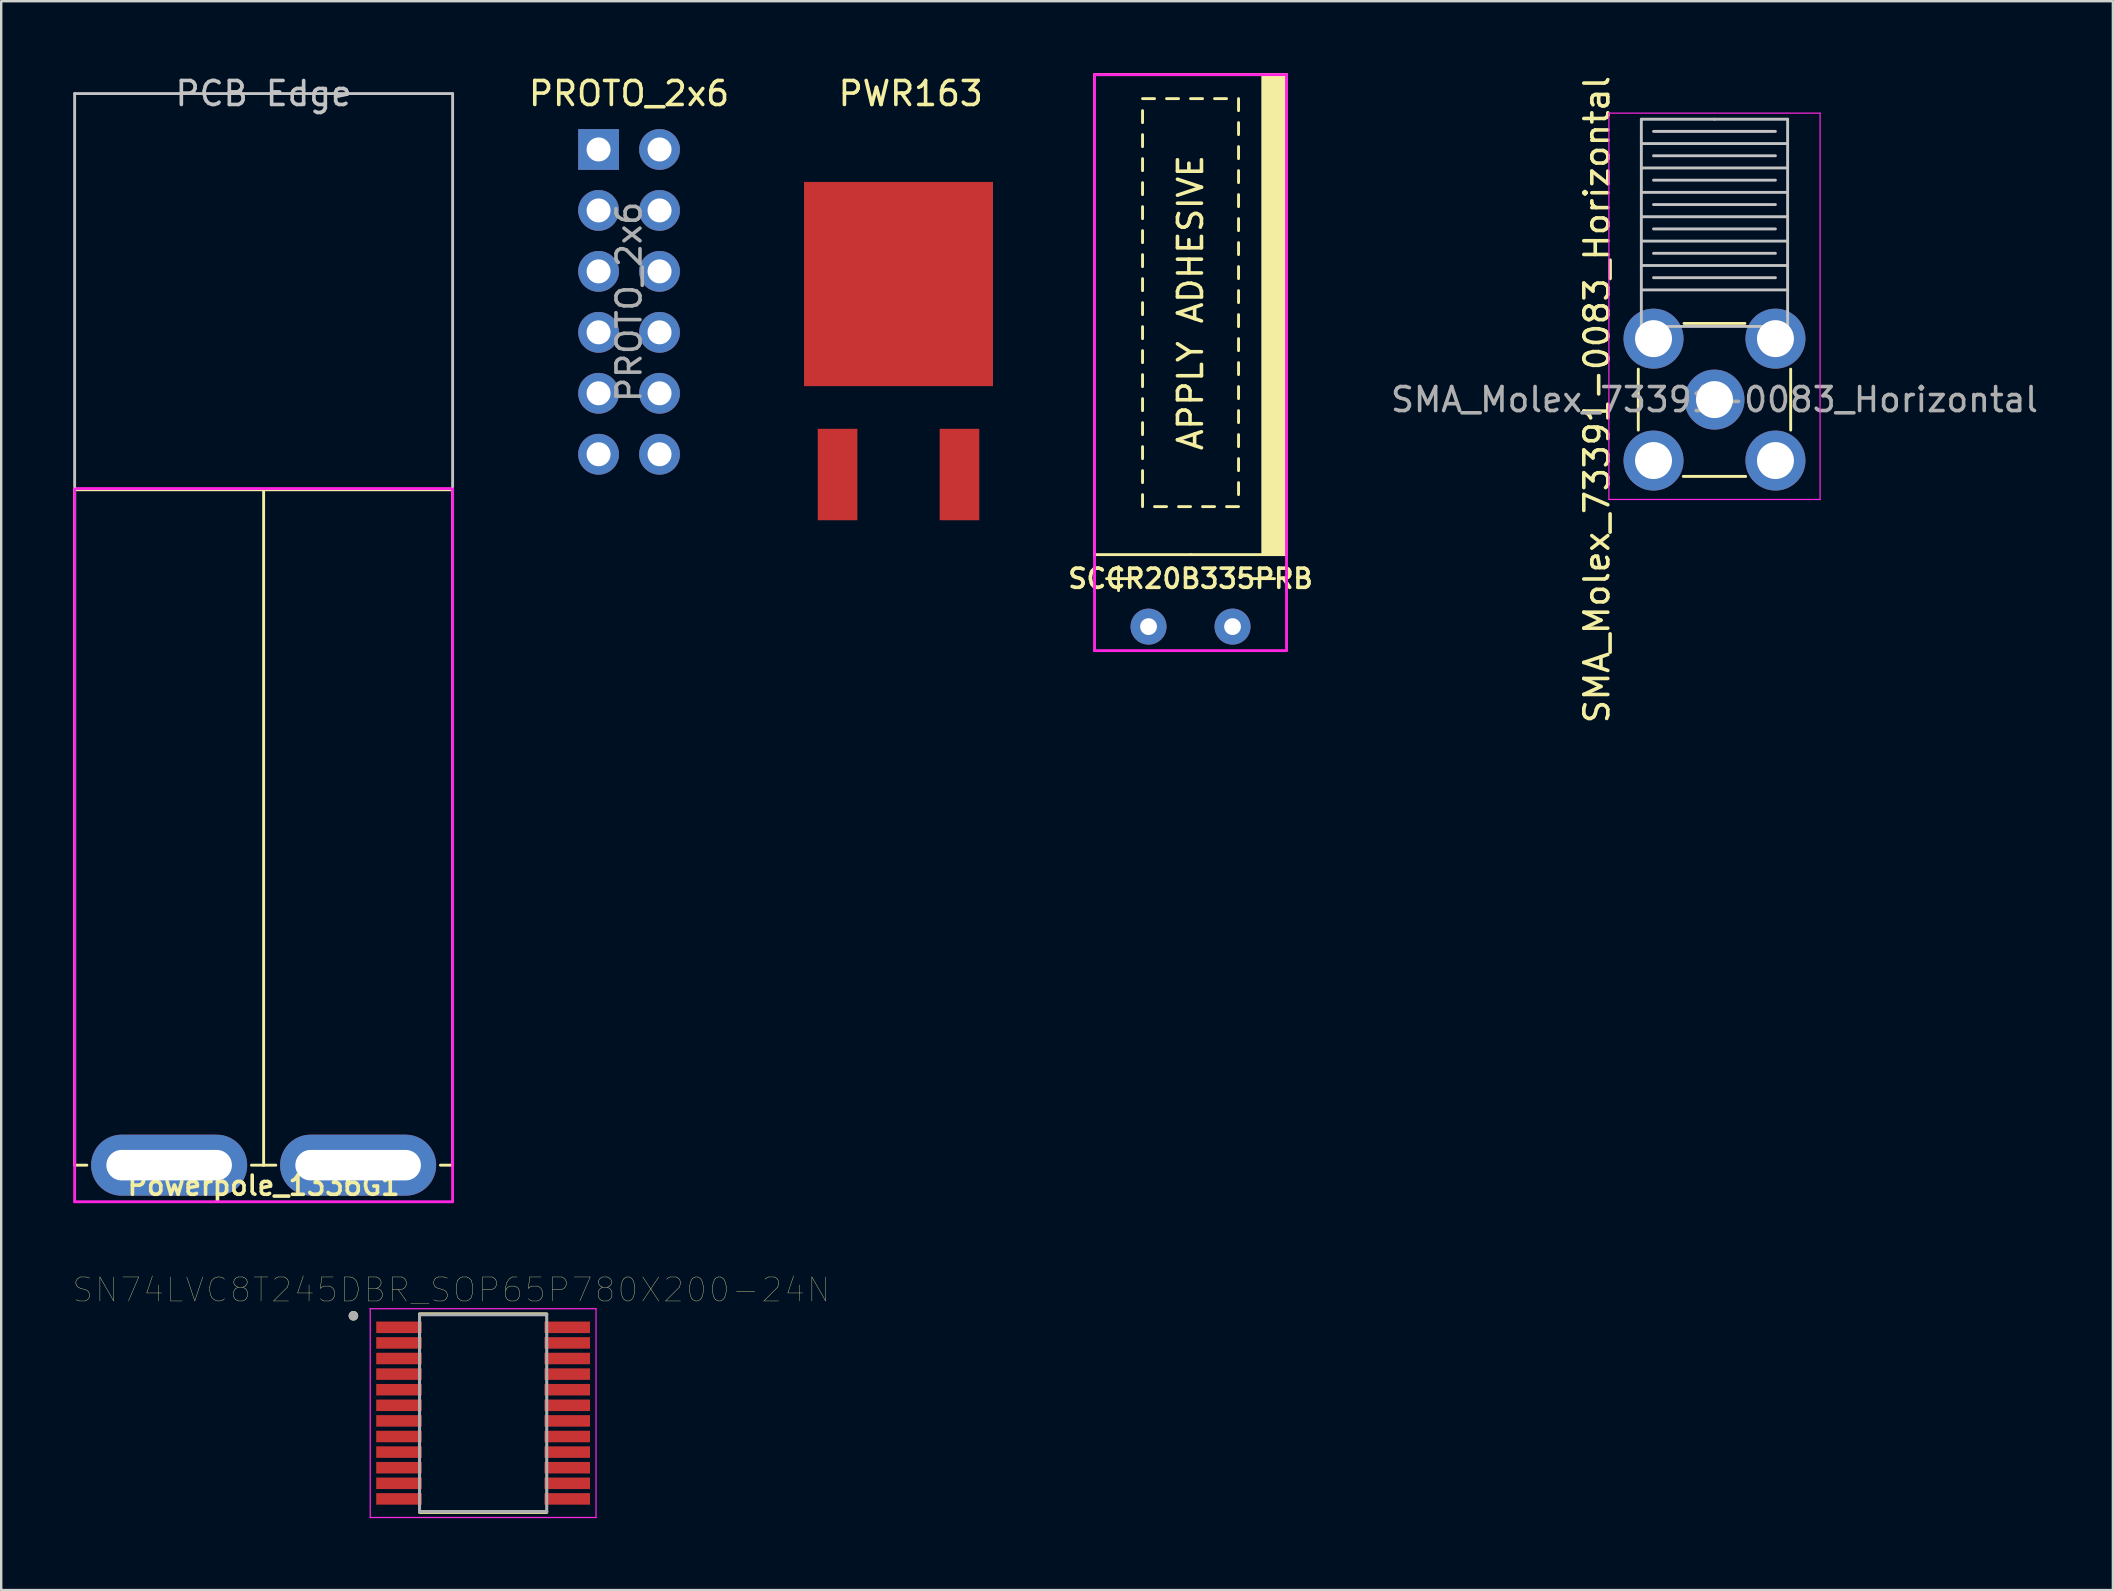
<source format=kicad_pcb>
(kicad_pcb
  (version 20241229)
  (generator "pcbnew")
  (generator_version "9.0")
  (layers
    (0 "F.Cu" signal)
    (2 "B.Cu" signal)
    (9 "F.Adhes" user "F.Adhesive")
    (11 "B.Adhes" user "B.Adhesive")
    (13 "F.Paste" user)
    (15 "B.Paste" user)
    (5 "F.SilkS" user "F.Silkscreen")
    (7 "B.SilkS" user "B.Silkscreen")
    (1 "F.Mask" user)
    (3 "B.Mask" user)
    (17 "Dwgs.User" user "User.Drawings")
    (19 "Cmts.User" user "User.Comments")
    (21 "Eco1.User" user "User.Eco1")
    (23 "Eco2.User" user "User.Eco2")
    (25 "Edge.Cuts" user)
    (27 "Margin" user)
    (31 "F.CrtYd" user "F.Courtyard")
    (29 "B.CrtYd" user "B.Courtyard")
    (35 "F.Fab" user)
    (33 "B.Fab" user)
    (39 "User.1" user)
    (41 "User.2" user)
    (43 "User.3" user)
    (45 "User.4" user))
  (footprint "SN74LVC8T245DBR_SOP65P780X200-24N"
    (layer "F.Cu")
    (at 17.081 55.832)
    (property "Reference" "SN74LVC8T245DBR_SOP65P780X200-24N" (at -1.325 -5.135 0) (layer "F.SilkS") (effects (font (size 1 1) (thickness 0.015))))
    (attr through_hole)
    (fp_line (start -2.65 -4.135) (end 2.65 -4.135) (stroke (width 0.127) (type solid)) (layer "F.SilkS"))
    (fp_line (start -2.65 4.135) (end 2.65 4.135) (stroke (width 0.127) (type solid)) (layer "F.SilkS"))
    (fp_circle (center -5.405 -4.055) (end -5.305 -4.055) (stroke (width 0.2) (type solid)) (fill no) (layer "F.SilkS"))
    (fp_line (start -4.705 -4.35) (end -4.705 4.35) (stroke (width 0.05) (type solid)) (layer "F.CrtYd"))
    (fp_line (start -4.705 -4.35) (end 4.705 -4.35) (stroke (width 0.05) (type solid)) (layer "F.CrtYd"))
    (fp_line (start -4.705 4.35) (end 4.705 4.35) (stroke (width 0.05) (type solid)) (layer "F.CrtYd"))
    (fp_line (start 4.705 -4.35) (end 4.705 4.35) (stroke (width 0.05) (type solid)) (layer "F.CrtYd"))
    (fp_line (start -2.65 -4.1) (end -2.65 4.1) (stroke (width 0.127) (type solid)) (layer "F.Fab"))
    (fp_line (start -2.65 -4.1) (end 2.65 -4.1) (stroke (width 0.127) (type solid)) (layer "F.Fab"))
    (fp_line (start -2.65 4.1) (end 2.65 4.1) (stroke (width 0.127) (type solid)) (layer "F.Fab"))
    (fp_line (start 2.65 -4.1) (end 2.65 4.1) (stroke (width 0.127) (type solid)) (layer "F.Fab"))
    (fp_circle (center -5.405 -4.055) (end -5.305 -4.055) (stroke (width 0.2) (type solid)) (fill no) (layer "F.Fab"))
    (pad "1" smd rect (at -3.505 -3.575) (size 1.9 0.48) (layers "F.Cu" "F.Mask" "F.Paste"))
    (pad "2" smd rect (at -3.505 -2.925) (size 1.9 0.48) (layers "F.Cu" "F.Mask" "F.Paste"))
    (pad "3" smd rect (at -3.505 -2.275) (size 1.9 0.48) (layers "F.Cu" "F.Mask" "F.Paste"))
    (pad "4" smd rect (at -3.505 -1.625) (size 1.9 0.48) (layers "F.Cu" "F.Mask" "F.Paste"))
    (pad "5" smd rect (at -3.505 -0.975) (size 1.9 0.48) (layers "F.Cu" "F.Mask" "F.Paste"))
    (pad "6" smd rect (at -3.505 -0.325) (size 1.9 0.48) (layers "F.Cu" "F.Mask" "F.Paste"))
    (pad "7" smd rect (at -3.505 0.325) (size 1.9 0.48) (layers "F.Cu" "F.Mask" "F.Paste"))
    (pad "8" smd rect (at -3.505 0.975) (size 1.9 0.48) (layers "F.Cu" "F.Mask" "F.Paste"))
    (pad "9" smd rect (at -3.505 1.625) (size 1.9 0.48) (layers "F.Cu" "F.Mask" "F.Paste"))
    (pad "10" smd rect (at -3.505 2.275) (size 1.9 0.48) (layers "F.Cu" "F.Mask" "F.Paste"))
    (pad "11" smd rect (at -3.505 2.925) (size 1.9 0.48) (layers "F.Cu" "F.Mask" "F.Paste"))
    (pad "12" smd rect (at -3.505 3.575) (size 1.9 0.48) (layers "F.Cu" "F.Mask" "F.Paste"))
    (pad "13" smd rect (at 3.505 3.575) (size 1.9 0.48) (layers "F.Cu" "F.Mask" "F.Paste"))
    (pad "14" smd rect (at 3.505 2.925) (size 1.9 0.48) (layers "F.Cu" "F.Mask" "F.Paste"))
    (pad "15" smd rect (at 3.505 2.275) (size 1.9 0.48) (layers "F.Cu" "F.Mask" "F.Paste"))
    (pad "16" smd rect (at 3.505 1.625) (size 1.9 0.48) (layers "F.Cu" "F.Mask" "F.Paste"))
    (pad "17" smd rect (at 3.505 0.975) (size 1.9 0.48) (layers "F.Cu" "F.Mask" "F.Paste"))
    (pad "18" smd rect (at 3.505 0.325) (size 1.9 0.48) (layers "F.Cu" "F.Mask" "F.Paste"))
    (pad "19" smd rect (at 3.505 -0.325) (size 1.9 0.48) (layers "F.Cu" "F.Mask" "F.Paste"))
    (pad "20" smd rect (at 3.505 -0.975) (size 1.9 0.48) (layers "F.Cu" "F.Mask" "F.Paste"))
    (pad "21" smd rect (at 3.505 -1.625) (size 1.9 0.48) (layers "F.Cu" "F.Mask" "F.Paste"))
    (pad "22" smd rect (at 3.505 -2.275) (size 1.9 0.48) (layers "F.Cu" "F.Mask" "F.Paste"))
    (pad "23" smd rect (at 3.505 -2.925) (size 1.9 0.48) (layers "F.Cu" "F.Mask" "F.Paste"))
    (pad "24" smd rect (at 3.505 -3.575) (size 1.9 0.48) (layers "F.Cu" "F.Mask" "F.Paste")))
  (footprint "PROTO_2x6"
    (layer "F.Cu")
    (at 21.892 3.178)
    (property "Reference" "PROTO_2x6" (at 1.27 -2.33 0) (layer "F.SilkS") (effects (font (size 1 1) (thickness 0.15))))
    (attr through_hole)
    (fp_text user "${REFERENCE}" (at 1.27 6.35 270) (layer "F.Fab") (effects (font (size 1 1) (thickness 0.15))))
    (pad "1" thru_hole rect (at 0 0) (size 1.7 1.7) (drill 1) (layers "*.Cu" "*.Mask"))
    (pad "2" thru_hole oval (at 2.54 0) (size 1.7 1.7) (drill 1) (layers "*.Cu" "*.Mask"))
    (pad "3" thru_hole oval (at 0 2.54) (size 1.7 1.7) (drill 1) (layers "*.Cu" "*.Mask"))
    (pad "4" thru_hole oval (at 2.54 2.54) (size 1.7 1.7) (drill 1) (layers "*.Cu" "*.Mask"))
    (pad "5" thru_hole oval (at 0 5.08) (size 1.7 1.7) (drill 1) (layers "*.Cu" "*.Mask"))
    (pad "6" thru_hole oval (at 2.54 5.08) (size 1.7 1.7) (drill 1) (layers "*.Cu" "*.Mask"))
    (pad "7" thru_hole oval (at 0 7.62) (size 1.7 1.7) (drill 1) (layers "*.Cu" "*.Mask"))
    (pad "8" thru_hole oval (at 2.54 7.62) (size 1.7 1.7) (drill 1) (layers "*.Cu" "*.Mask"))
    (pad "9" thru_hole oval (at 0 10.16) (size 1.7 1.7) (drill 1) (layers "*.Cu" "*.Mask"))
    (pad "10" thru_hole oval (at 2.54 10.16) (size 1.7 1.7) (drill 1) (layers "*.Cu" "*.Mask"))
    (pad "11" thru_hole oval (at 0 12.7) (size 1.7 1.7) (drill 1) (layers "*.Cu" "*.Mask"))
    (pad "12" thru_hole oval (at 2.54 12.7) (size 1.7 1.7) (drill 1) (layers "*.Cu" "*.Mask")))
  (footprint "Powerpole_1336G1"
    (layer "F.Cu")
    (at 7.935 45.501)
    (property "Reference" "Powerpole_1336G1" (at 0 0.85 180) (layer "F.SilkS") (effects (font (size 0.8 0.8) (thickness 0.15))))
    (attr through_hole)
    (fp_line (start -7.874 -28.143) (end -7.874 0) (stroke (width 0.12) (type solid)) (layer "F.SilkS"))
    (fp_line (start -7.874 0) (end -7.366 0) (stroke (width 0.12) (type solid)) (layer "F.SilkS"))
    (fp_line (start 0 -28.143) (end -7.874 -28.143) (stroke (width 0.12) (type solid)) (layer "F.SilkS"))
    (fp_line (start 0 -28.143) (end 7.874 -28.143) (stroke (width 0.12) (type solid)) (layer "F.SilkS"))
    (fp_line (start 0 0) (end -0.508 0) (stroke (width 0.12) (type solid)) (layer "F.SilkS"))
    (fp_line (start 0 0) (end 0 -28.143) (stroke (width 0.12) (type solid)) (layer "F.SilkS"))
    (fp_line (start 0 0) (end 0.508 0) (stroke (width 0.12) (type solid)) (layer "F.SilkS"))
    (fp_line (start 7.874 -28.143) (end 7.874 0) (stroke (width 0.12) (type solid)) (layer "F.SilkS"))
    (fp_line (start 7.874 0) (end 7.366 0) (stroke (width 0.12) (type solid)) (layer "F.SilkS"))
    (fp_line (start -7.875 -28.275) (end -7.875 -44.65) (stroke (width 0.12) (type solid)) (layer "Dwgs.User"))
    (fp_line (start -7.874 -44.653) (end 7.874 -44.653) (stroke (width 0.12) (type solid)) (layer "Dwgs.User"))
    (fp_line (start 7.875 -28.275) (end 7.875 -44.65) (stroke (width 0.12) (type solid)) (layer "Dwgs.User"))
    (fp_line (start -7.874 -28.194) (end 7.874 -28.194) (stroke (width 0.12) (type solid)) (layer "F.CrtYd"))
    (fp_line (start -7.874 1.524) (end -7.874 -28.194) (stroke (width 0.12) (type solid)) (layer "F.CrtYd"))
    (fp_line (start 7.874 -28.194) (end 7.874 1.524) (stroke (width 0.12) (type solid)) (layer "F.CrtYd"))
    (fp_line (start 7.874 1.524) (end -7.874 1.524) (stroke (width 0.12) (type solid)) (layer "F.CrtYd"))
    (fp_text user "PCB Edge" (at 0 -44.653 180) (layer "Dwgs.User") (effects (font (size 1 1) (thickness 0.15))))
    (pad "1" thru_hole oval (at -3.937 0) (size 6.502 2.54) (drill oval 5.232 1.27) (layers "*.Cu" "*.Mask"))
    (pad "2" thru_hole oval (at 3.937 0) (size 6.502 2.54) (drill oval 5.232 1.27) (layers "*.Cu" "*.Mask")))
  (footprint "SCCR20B335PRB"
    (layer "F.Cu")
    (at 46.558 23.06)
    (property "Reference" "SCCR20B335PRB" (at 0 -2 180) (layer "F.SilkS") (effects (font (size 0.8 0.8) (thickness 0.15))))
    (attr through_hole)
    (fp_line (start -4 -3) (end -4 -23) (stroke (width 0.12) (type solid)) (layer "F.SilkS"))
    (fp_line (start -3.5 -2) (end -2.5 -2) (stroke (width 0.12) (type solid)) (layer "F.SilkS"))
    (fp_line (start -3 -1.5) (end -3 -2.5) (stroke (width 0.12) (type solid)) (layer "F.SilkS"))
    (fp_line (start -2 -22) (end -1.5 -22) (stroke (width 0.12) (type solid)) (layer "F.SilkS"))
    (fp_line (start -2 -21.5) (end -2 -21) (stroke (width 0.12) (type solid)) (layer "F.SilkS"))
    (fp_line (start -2 -20.5) (end -2 -20) (stroke (width 0.12) (type solid)) (layer "F.SilkS"))
    (fp_line (start -2 -19.5) (end -2 -19) (stroke (width 0.12) (type solid)) (layer "F.SilkS"))
    (fp_line (start -2 -18.5) (end -2 -18) (stroke (width 0.12) (type solid)) (layer "F.SilkS"))
    (fp_line (start -2 -17) (end -2 -17.5) (stroke (width 0.12) (type solid)) (layer "F.SilkS"))
    (fp_line (start -2 -16.5) (end -2 -16) (stroke (width 0.12) (type solid)) (layer "F.SilkS"))
    (fp_line (start -2 -15.5) (end -2 -15) (stroke (width 0.12) (type solid)) (layer "F.SilkS"))
    (fp_line (start -2 -14.5) (end -2 -14) (stroke (width 0.12) (type solid)) (layer "F.SilkS"))
    (fp_line (start -2 -13.5) (end -2 -13) (stroke (width 0.12) (type solid)) (layer "F.SilkS"))
    (fp_line (start -2 -12.5) (end -2 -12) (stroke (width 0.12) (type solid)) (layer "F.SilkS"))
    (fp_line (start -2 -11.5) (end -2 -11) (stroke (width 0.12) (type solid)) (layer "F.SilkS"))
    (fp_line (start -2 -10.5) (end -2 -10) (stroke (width 0.12) (type solid)) (layer "F.SilkS"))
    (fp_line (start -2 -9.5) (end -2 -9) (stroke (width 0.12) (type solid)) (layer "F.SilkS"))
    (fp_line (start -2 -8) (end -2 -8.5) (stroke (width 0.12) (type solid)) (layer "F.SilkS"))
    (fp_line (start -2 -7.5) (end -2 -7) (stroke (width 0.12) (type solid)) (layer "F.SilkS"))
    (fp_line (start -2 -6.5) (end -2 -6) (stroke (width 0.12) (type solid)) (layer "F.SilkS"))
    (fp_line (start -2 -5.5) (end -2 -5) (stroke (width 0.12) (type solid)) (layer "F.SilkS"))
    (fp_line (start -1.5 -5) (end -1 -5) (stroke (width 0.12) (type solid)) (layer "F.SilkS"))
    (fp_line (start -1 -22) (end -0.5 -22) (stroke (width 0.12) (type solid)) (layer "F.SilkS"))
    (fp_line (start -0.5 -5) (end 0 -5) (stroke (width 0.12) (type solid)) (layer "F.SilkS"))
    (fp_line (start 0 -22) (end 0.5 -22) (stroke (width 0.12) (type solid)) (layer "F.SilkS"))
    (fp_line (start 0 -3) (end -4 -3) (stroke (width 0.12) (type solid)) (layer "F.SilkS"))
    (fp_line (start 0 -3) (end 4 -3) (stroke (width 0.12) (type solid)) (layer "F.SilkS"))
    (fp_line (start 0.5 -5) (end 1 -5) (stroke (width 0.12) (type solid)) (layer "F.SilkS"))
    (fp_line (start 1 -22) (end 1.5 -22) (stroke (width 0.12) (type solid)) (layer "F.SilkS"))
    (fp_line (start 1.5 -5) (end 2 -5) (stroke (width 0.12) (type solid)) (layer "F.SilkS"))
    (fp_line (start 2 -21.5) (end 2 -22) (stroke (width 0.12) (type solid)) (layer "F.SilkS"))
    (fp_line (start 2 -20.5) (end 2 -21) (stroke (width 0.12) (type solid)) (layer "F.SilkS"))
    (fp_line (start 2 -19.5) (end 2 -20) (stroke (width 0.12) (type solid)) (layer "F.SilkS"))
    (fp_line (start 2 -18.5) (end 2 -19) (stroke (width 0.12) (type solid)) (layer "F.SilkS"))
    (fp_line (start 2 -17.5) (end 2 -18) (stroke (width 0.12) (type solid)) (layer "F.SilkS"))
    (fp_line (start 2 -16.5) (end 2 -17) (stroke (width 0.12) (type solid)) (layer "F.SilkS"))
    (fp_line (start 2 -15.5) (end 2 -16) (stroke (width 0.12) (type solid)) (layer "F.SilkS"))
    (fp_line (start 2 -14.5) (end 2 -15) (stroke (width 0.12) (type solid)) (layer "F.SilkS"))
    (fp_line (start 2 -13.5) (end 2 -14) (stroke (width 0.12) (type solid)) (layer "F.SilkS"))
    (fp_line (start 2 -12.5) (end 2 -13) (stroke (width 0.12) (type solid)) (layer "F.SilkS"))
    (fp_line (start 2 -11.5) (end 2 -12) (stroke (width 0.12) (type solid)) (layer "F.SilkS"))
    (fp_line (start 2 -10.5) (end 2 -11) (stroke (width 0.12) (type solid)) (layer "F.SilkS"))
    (fp_line (start 2 -9.5) (end 2 -10) (stroke (width 0.12) (type solid)) (layer "F.SilkS"))
    (fp_line (start 2 -8.5) (end 2 -9) (stroke (width 0.12) (type solid)) (layer "F.SilkS"))
    (fp_line (start 2 -7.5) (end 2 -8) (stroke (width 0.12) (type solid)) (layer "F.SilkS"))
    (fp_line (start 2 -6.5) (end 2 -7) (stroke (width 0.12) (type solid)) (layer "F.SilkS"))
    (fp_line (start 2 -6) (end 2 -5.5) (stroke (width 0.12) (type solid)) (layer "F.SilkS"))
    (fp_line (start 2.5 -2) (end 3.5 -2) (stroke (width 0.12) (type solid)) (layer "F.SilkS"))
    (fp_line (start 4 -23) (end -4 -23) (stroke (width 0.12) (type solid)) (layer "F.SilkS"))
    (fp_line (start 4 -3) (end 4 -23) (stroke (width 0.12) (type solid)) (layer "F.SilkS"))
    (fp_poly (pts (xy 4 -3) (xy 3 -3) (xy 3 -23) (xy 4 -23)) (stroke (width 0.1) (type solid)) (fill yes) (layer "F.SilkS"))
    (fp_line (start -4 -23) (end 4 -23) (stroke (width 0.12) (type solid)) (layer "F.CrtYd"))
    (fp_line (start -4 1) (end -4 -23) (stroke (width 0.12) (type solid)) (layer "F.CrtYd"))
    (fp_line (start 4 -23) (end 4 1) (stroke (width 0.12) (type solid)) (layer "F.CrtYd"))
    (fp_line (start 4 1) (end -4 1) (stroke (width 0.12) (type solid)) (layer "F.CrtYd"))
    (fp_text user "APPLY ADHESIVE" (at 0 -13.5 90) (layer "F.SilkS") (effects (font (size 1 1) (thickness 0.15))))
    (pad "1" thru_hole circle (at -1.75 0) (size 1.5 1.5) (drill 0.7) (layers "*.Cu" "*.Mask"))
    (pad "2" thru_hole circle (at 1.75 0) (size 1.5 1.5) (drill 0.7) (layers "*.Cu" "*.Mask")))
  (footprint "SMA_Molex_73391-0083_Horizontal"
    (layer "F.Cu")
    (at 68.39 13.601)
    (property "Reference" "SMA_Molex_73391-0083_Horizontal" (at -4.9 0 90) (layer "F.SilkS") (effects (font (size 1 1) (thickness 0.15))))
    (attr through_hole)
    (fp_line (start -3.175 -1.27) (end -3.175 1.27) (stroke (width 0.12) (type solid)) (layer "F.SilkS"))
    (fp_line (start -1.3 3.2) (end 1.3 3.2) (stroke (width 0.12) (type solid)) (layer "F.SilkS"))
    (fp_line (start -1.27 -3.175) (end 1.27 -3.175) (stroke (width 0.12) (type solid)) (layer "F.SilkS"))
    (fp_line (start 3.175 -1.27) (end 3.175 1.27) (stroke (width 0.12) (type solid)) (layer "F.SilkS"))
    (fp_line (start -3.048 -11.684) (end -3.048 -3.048) (stroke (width 0.12) (type solid)) (layer "Dwgs.User"))
    (fp_line (start -3.048 -10.668) (end 3.048 -10.668) (stroke (width 0.12) (type solid)) (layer "Dwgs.User"))
    (fp_line (start -3.048 -9.652) (end 3.048 -9.652) (stroke (width 0.12) (type solid)) (layer "Dwgs.User"))
    (fp_line (start -3.048 -8.636) (end 3.048 -8.636) (stroke (width 0.12) (type solid)) (layer "Dwgs.User"))
    (fp_line (start -3.048 -7.62) (end 3.048 -7.62) (stroke (width 0.12) (type solid)) (layer "Dwgs.User"))
    (fp_line (start -3.048 -6.604) (end 3.048 -6.604) (stroke (width 0.12) (type solid)) (layer "Dwgs.User"))
    (fp_line (start -3.048 -5.588) (end 3.048 -5.588) (stroke (width 0.12) (type solid)) (layer "Dwgs.User"))
    (fp_line (start -3.048 -4.572) (end 3.048 -4.572) (stroke (width 0.12) (type solid)) (layer "Dwgs.User"))
    (fp_line (start -3.048 -3.048) (end 3.048 -3.048) (stroke (width 0.12) (type solid)) (layer "Dwgs.User"))
    (fp_line (start -2.54 -11.176) (end 2.54 -11.176) (stroke (width 0.12) (type solid)) (layer "Dwgs.User"))
    (fp_line (start -2.54 -10.16) (end 2.54 -10.16) (stroke (width 0.12) (type solid)) (layer "Dwgs.User"))
    (fp_line (start -2.54 -8.128) (end 2.54 -8.128) (stroke (width 0.12) (type solid)) (layer "Dwgs.User"))
    (fp_line (start -2.54 -6.096) (end 2.54 -6.096) (stroke (width 0.12) (type solid)) (layer "Dwgs.User"))
    (fp_line (start -2.54 -5.08) (end 2.54 -5.08) (stroke (width 0.12) (type solid)) (layer "Dwgs.User"))
    (fp_line (start 0 -11.684) (end -3.048 -11.684) (stroke (width 0.12) (type solid)) (layer "Dwgs.User"))
    (fp_line (start 2.54 -9.144) (end -2.54 -9.144) (stroke (width 0.12) (type solid)) (layer "Dwgs.User"))
    (fp_line (start 2.54 -7.112) (end -2.54 -7.112) (stroke (width 0.12) (type solid)) (layer "Dwgs.User"))
    (fp_line (start 3.048 -11.684) (end 0 -11.684) (stroke (width 0.12) (type solid)) (layer "Dwgs.User"))
    (fp_line (start 3.048 -3.048) (end 3.048 -11.684) (stroke (width 0.12) (type solid)) (layer "Dwgs.User"))
    (fp_line (start -4.4 -11.938) (end -4.4 4.16) (stroke (width 0.05) (type solid)) (layer "F.CrtYd"))
    (fp_line (start -4.4 -11.938) (end 4.4 -11.938) (stroke (width 0.05) (type solid)) (layer "F.CrtYd"))
    (fp_line (start 4.4 4.16) (end -4.4 4.16) (stroke (width 0.05) (type solid)) (layer "F.CrtYd"))
    (fp_line (start 4.4 4.16) (end 4.4 -11.938) (stroke (width 0.05) (type solid)) (layer "F.CrtYd"))
    (fp_text user "${REFERENCE}" (at 0 0 0) (layer "F.Fab") (effects (font (size 1 1) (thickness 0.15))))
    (pad "1" thru_hole circle (at 0 0) (size 2.5 2.5) (drill 1.54) (layers "*.Cu" "*.Mask"))
    (pad "2" thru_hole circle (at -2.54 -2.54) (size 2.5 2.5) (drill 1.54) (layers "*.Cu" "*.Mask"))
    (pad "2" thru_hole circle (at -2.54 2.54) (size 2.5 2.5) (drill 1.54) (layers "*.Cu" "*.Mask"))
    (pad "2" thru_hole circle (at 2.54 -2.54) (size 2.5 2.5) (drill 1.54) (layers "*.Cu" "*.Mask"))
    (pad "2" thru_hole circle (at 2.54 2.54 90) (size 2.5 2.5) (drill 1.54) (layers "*.Cu" "*.Mask")))
  (footprint "PWR163"
    (layer "F.Cu")
    (at 34.39 13.04)
    (property "Reference" "PWR163" (at 0.508 -12.192 0) (layer "F.SilkS") (effects (font (size 1 1) (thickness 0.15))))
    (attr through_hole)
    (pad "" smd rect (at 0 -4.255) (size 7.874 8.509) (layers "F.Cu" "F.Mask" "F.Paste"))
    (pad "1" smd rect (at 2.54 3.683) (size 1.651 3.81) (layers "F.Cu" "F.Mask" "F.Paste"))
    (pad "2" smd rect (at -2.54 3.683) (size 1.651 3.81) (layers "F.Cu" "F.Mask" "F.Paste")))
  (gr_rect
    (start -3 -3)
    (end 84.991 63.207)
    (stroke (width 0.1) (type default))
    (fill no)
    (layer "Edge.Cuts")))
</source>
